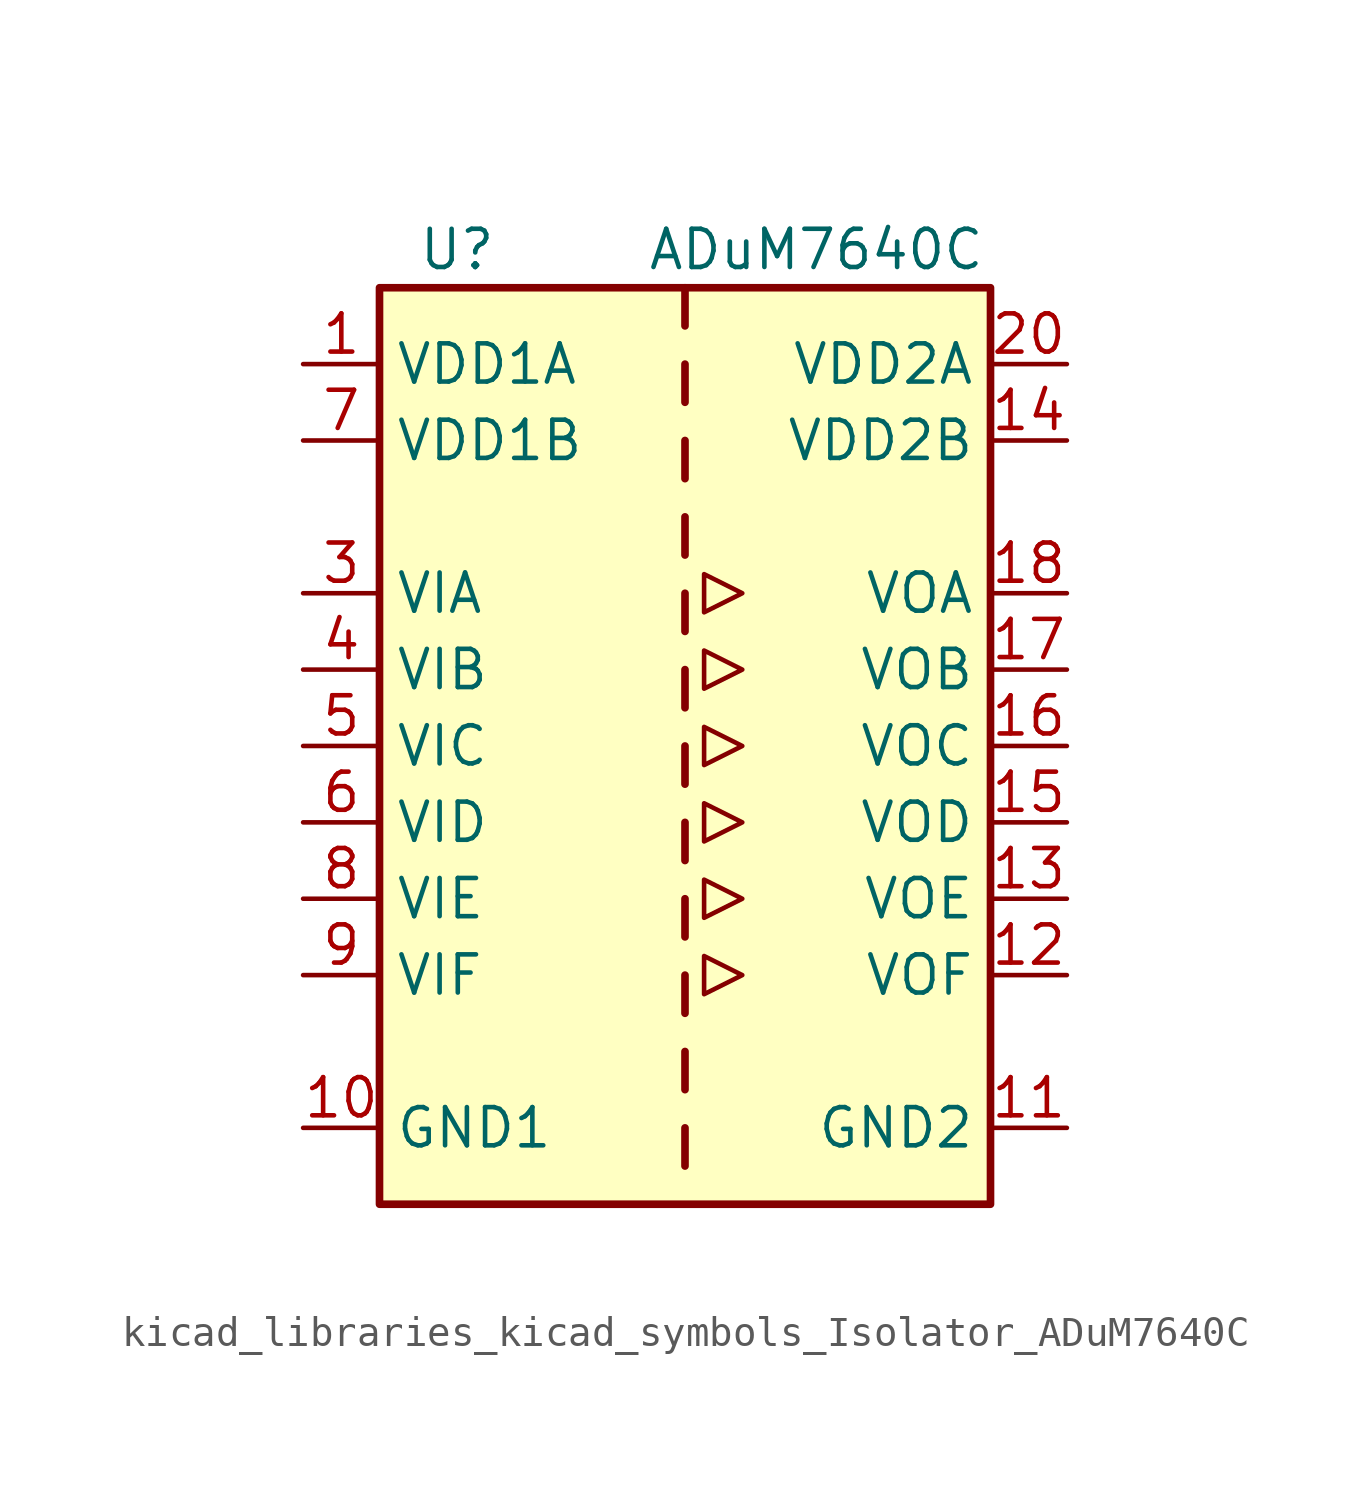
<source format=kicad_sym>
(kicad_symbol_lib
  (version 20220914)
  (generator kicad_symbol_editor)
  (symbol "kicad_libraries_kicad_symbols_Isolator_ADuM7640C"
    (property "Reference" "U"
      (at -8.89 16.51 0)
      (effects (font (size 1.27 1.27)) (justify left)))
    (property "Value" "ADuM7640C"
      (at -1.27 16.51 0)
      (effects (font (size 1.27 1.27)) (justify left)))
    (symbol "kicad_libraries_kicad_symbols_Isolator_ADuM7640C_0_1"
      (polyline (pts (xy 0.635 -6.985) (xy 0.635 -8.255) (xy 1.905 -7.62) (xy 0.635 -6.985)) (stroke (width 0) (type default)) (fill (type none)))
      (polyline (pts (xy 0.635 3.175) (xy 0.635 1.905) (xy 1.905 2.54) (xy 0.635 3.175)) (stroke (width 0) (type default)) (fill (type none)))
      (polyline (pts (xy 0.635 5.715) (xy 0.635 4.445) (xy 1.905 5.08) (xy 0.635 5.715)) (stroke (width 0) (type default)) (fill (type none)))
      (polyline (pts (xy 1.905 -5.08) (xy 0.635 -4.445) (xy 0.635 -5.715) (xy 1.905 -5.08)) (stroke (width 0) (type default)) (fill (type none)))
      (polyline (pts (xy 1.905 -2.54) (xy 0.635 -1.905) (xy 0.635 -3.175) (xy 1.905 -2.54)) (stroke (width 0) (type default)) (fill (type none)))
      (polyline (pts (xy 1.905 0) (xy 0.635 -0.635) (xy 0.635 0.635) (xy 1.905 0)) (stroke (width 0) (type default)) (fill (type none))))
    (symbol "kicad_libraries_kicad_symbols_Isolator_ADuM7640C_1_1"
      (rectangle (start -10.16 15.24) (end 10.16 -15.24) (stroke (width 0.254) (type default)) (fill (type background)))
      (polyline (pts (xy 0 -12.7) (xy 0 -13.97)) (stroke (width 0.254) (type default)) (fill (type none)))
      (polyline (pts (xy 0 -10.16) (xy 0 -11.43)) (stroke (width 0.254) (type default)) (fill (type none)))
      (polyline (pts (xy 0 -7.62) (xy 0 -8.89)) (stroke (width 0.254) (type default)) (fill (type none)))
      (polyline (pts (xy 0 -5.08) (xy 0 -6.35)) (stroke (width 0.254) (type default)) (fill (type none)))
      (polyline (pts (xy 0 -2.54) (xy 0 -3.81)) (stroke (width 0.254) (type default)) (fill (type none)))
      (polyline (pts (xy 0 0) (xy 0 -1.27)) (stroke (width 0.254) (type default)) (fill (type none)))
      (polyline (pts (xy 0 2.54) (xy 0 1.27)) (stroke (width 0.254) (type default)) (fill (type none)))
      (polyline (pts (xy 0 5.08) (xy 0 3.81)) (stroke (width 0.254) (type default)) (fill (type none)))
      (polyline (pts (xy 0 7.62) (xy 0 6.35)) (stroke (width 0.254) (type default)) (fill (type none)))
      (polyline (pts (xy 0 10.16) (xy 0 8.89)) (stroke (width 0.254) (type default)) (fill (type none)))
      (polyline (pts (xy 0 12.7) (xy 0 11.43)) (stroke (width 0.254) (type default)) (fill (type none)))
      (polyline (pts (xy 0 15.24) (xy 0 13.97)) (stroke (width 0.254) (type default)) (fill (type none)))
      (pin power_in line (at -12.7 12.7 0) (length 2.54) (name "VDD1A" (effects (font (size 1.27 1.27)))) (number "1" (effects (font (size 1.27 1.27)))))
      (pin power_in line (at -12.7 -12.7 0) (length 2.54) (name "GND1" (effects (font (size 1.27 1.27)))) (number "10" (effects (font (size 1.27 1.27)))))
      (pin power_in line (at 12.7 -12.7 180) (length 2.54) (name "GND2" (effects (font (size 1.27 1.27)))) (number "11" (effects (font (size 1.27 1.27)))))
      (pin output line (at 12.7 -7.62 180) (length 2.54) (name "VOF" (effects (font (size 1.27 1.27)))) (number "12" (effects (font (size 1.27 1.27)))))
      (pin output line (at 12.7 -5.08 180) (length 2.54) (name "VOE" (effects (font (size 1.27 1.27)))) (number "13" (effects (font (size 1.27 1.27)))))
      (pin power_in line (at 12.7 10.16 180) (length 2.54) (name "VDD2B" (effects (font (size 1.27 1.27)))) (number "14" (effects (font (size 1.27 1.27)))))
      (pin output line (at 12.7 -2.54 180) (length 2.54) (name "VOD" (effects (font (size 1.27 1.27)))) (number "15" (effects (font (size 1.27 1.27)))))
      (pin output line (at 12.7 0 180) (length 2.54) (name "VOC" (effects (font (size 1.27 1.27)))) (number "16" (effects (font (size 1.27 1.27)))))
      (pin output line (at 12.7 2.54 180) (length 2.54) (name "VOB" (effects (font (size 1.27 1.27)))) (number "17" (effects (font (size 1.27 1.27)))))
      (pin output line (at 12.7 5.08 180) (length 2.54) (name "VOA" (effects (font (size 1.27 1.27)))) (number "18" (effects (font (size 1.27 1.27)))))
      (pin passive line (at 12.7 -12.7 180) (length 2.54) hide (name "GND2" (effects (font (size 1.27 1.27)))) (number "19" (effects (font (size 1.27 1.27)))))
      (pin passive line (at -12.7 -12.7 0) (length 2.54) hide (name "GND1" (effects (font (size 1.27 1.27)))) (number "2" (effects (font (size 1.27 1.27)))))
      (pin power_in line (at 12.7 12.7 180) (length 2.54) (name "VDD2A" (effects (font (size 1.27 1.27)))) (number "20" (effects (font (size 1.27 1.27)))))
      (pin input line (at -12.7 5.08 0) (length 2.54) (name "VIA" (effects (font (size 1.27 1.27)))) (number "3" (effects (font (size 1.27 1.27)))))
      (pin input line (at -12.7 2.54 0) (length 2.54) (name "VIB" (effects (font (size 1.27 1.27)))) (number "4" (effects (font (size 1.27 1.27)))))
      (pin input line (at -12.7 0 0) (length 2.54) (name "VIC" (effects (font (size 1.27 1.27)))) (number "5" (effects (font (size 1.27 1.27)))))
      (pin input line (at -12.7 -2.54 0) (length 2.54) (name "VID" (effects (font (size 1.27 1.27)))) (number "6" (effects (font (size 1.27 1.27)))))
      (pin power_in line (at -12.7 10.16 0) (length 2.54) (name "VDD1B" (effects (font (size 1.27 1.27)))) (number "7" (effects (font (size 1.27 1.27)))))
      (pin input line (at -12.7 -5.08 0) (length 2.54) (name "VIE" (effects (font (size 1.27 1.27)))) (number "8" (effects (font (size 1.27 1.27)))))
      (pin input line (at -12.7 -7.62 0) (length 2.54) (name "VIF" (effects (font (size 1.27 1.27)))) (number "9" (effects (font (size 1.27 1.27))))))))
</source>
